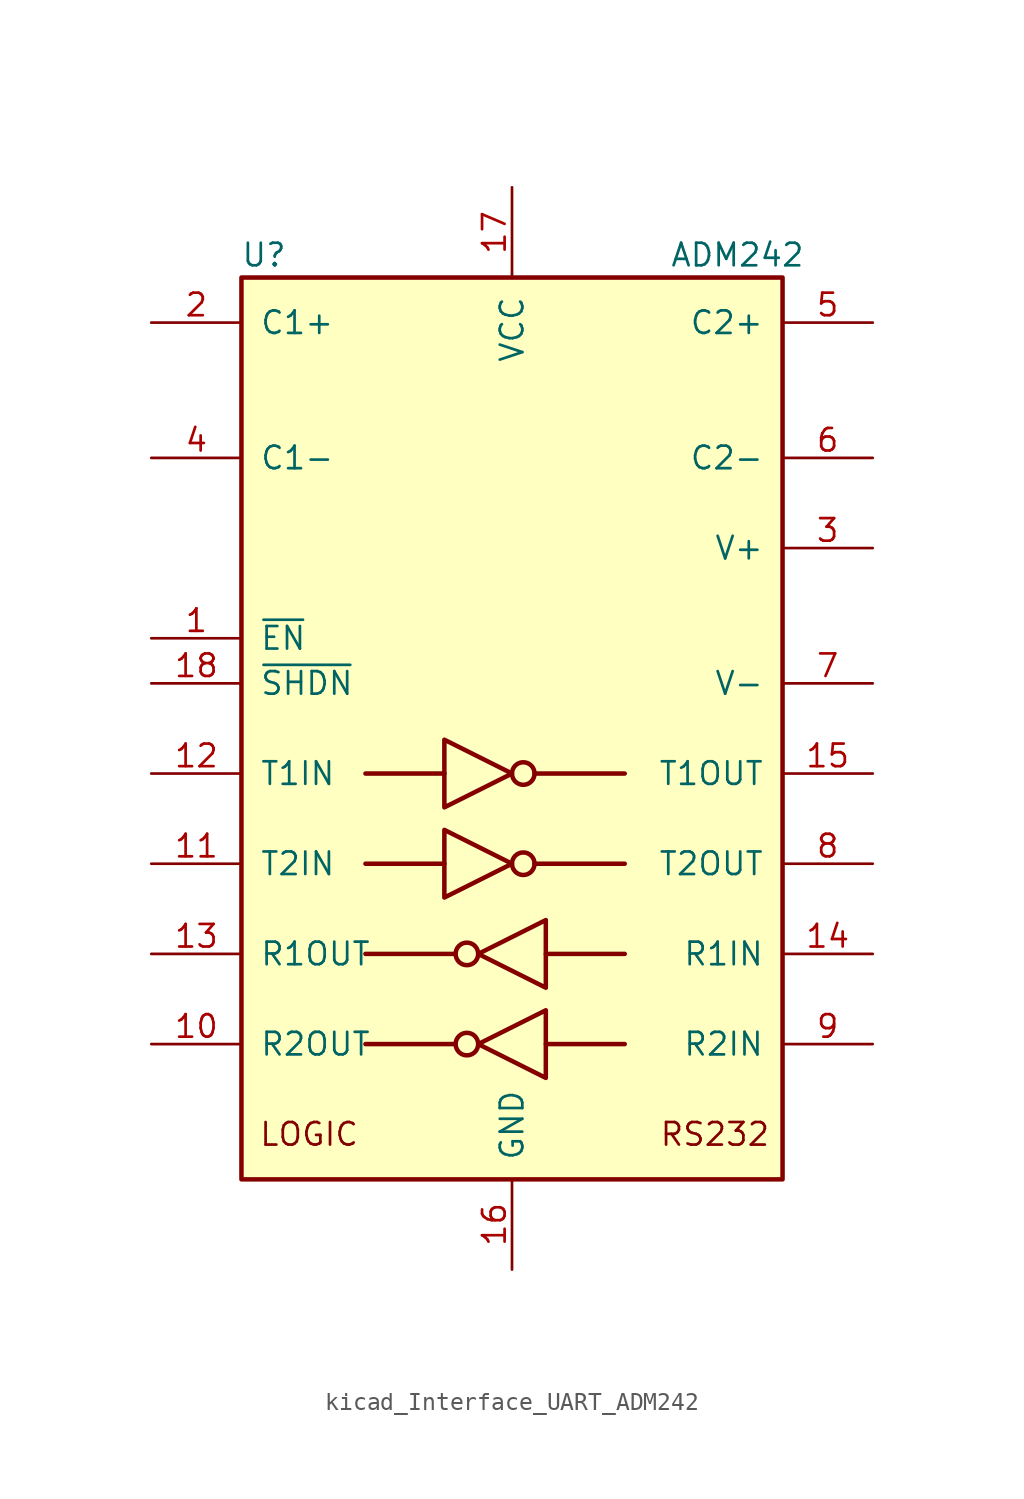
<source format=kicad_sym>
(kicad_symbol_lib
  (version 20220914)
  (generator kicad_symbol_editor)
  (symbol "kicad_Interface_UART_ADM242"
    (pin_names
      (offset 1.016))
    (property "Reference" "U"
      (at -13.97 26.67 0)
      (effects (font (size 1.27 1.27))))
    (property "Value" "ADM242"
      (at 12.7 26.67 0)
      (effects (font (size 1.27 1.27))))
    (symbol "kicad_Interface_UART_ADM242_0_0"
      (text "LOGIC" (at -11.43 -22.86 0) (effects (font (size 1.27 1.27))))
      (text "RS232" (at 11.43 -22.86 0) (effects (font (size 1.27 1.27)))))
    (symbol "kicad_Interface_UART_ADM242_0_1"
      (rectangle (start -15.24 -25.4) (end 15.24 25.4) (stroke (width 0.254) (type default)) (fill (type background)))
      (circle (center -2.54 -17.78) (radius 0.635) (stroke (width 0.254) (type default)) (fill (type none)))
      (circle (center -2.54 -12.7) (radius 0.635) (stroke (width 0.254) (type default)) (fill (type none)))
      (polyline (pts (xy -3.81 -7.62) (xy -8.255 -7.62)) (stroke (width 0.254) (type default)) (fill (type none)))
      (polyline (pts (xy -3.81 -2.54) (xy -8.255 -2.54)) (stroke (width 0.254) (type default)) (fill (type none)))
      (polyline (pts (xy -3.175 -17.78) (xy -8.255 -17.78)) (stroke (width 0.254) (type default)) (fill (type none)))
      (polyline (pts (xy -3.175 -12.7) (xy -8.255 -12.7)) (stroke (width 0.254) (type default)) (fill (type none)))
      (polyline (pts (xy 1.27 -7.62) (xy 6.35 -7.62)) (stroke (width 0.254) (type default)) (fill (type none)))
      (polyline (pts (xy 1.27 -2.54) (xy 6.35 -2.54)) (stroke (width 0.254) (type default)) (fill (type none)))
      (polyline (pts (xy 1.905 -17.78) (xy 6.35 -17.78)) (stroke (width 0.254) (type default)) (fill (type none)))
      (polyline (pts (xy 1.905 -12.7) (xy 6.35 -12.7)) (stroke (width 0.254) (type default)) (fill (type none)))
      (polyline (pts (xy -3.81 -5.715) (xy -3.81 -9.525) (xy 0 -7.62) (xy -3.81 -5.715)) (stroke (width 0.254) (type default)) (fill (type none)))
      (polyline (pts (xy -3.81 -0.635) (xy -3.81 -4.445) (xy 0 -2.54) (xy -3.81 -0.635)) (stroke (width 0.254) (type default)) (fill (type none)))
      (polyline (pts (xy 1.905 -15.875) (xy 1.905 -19.685) (xy -1.905 -17.78) (xy 1.905 -15.875)) (stroke (width 0.254) (type default)) (fill (type none)))
      (polyline (pts (xy 1.905 -10.795) (xy 1.905 -14.605) (xy -1.905 -12.7) (xy 1.905 -10.795)) (stroke (width 0.254) (type default)) (fill (type none)))
      (circle (center 0.635 -7.62) (radius 0.635) (stroke (width 0.254) (type default)) (fill (type none)))
      (circle (center 0.635 -2.54) (radius 0.635) (stroke (width 0.254) (type default)) (fill (type none))))
    (symbol "kicad_Interface_UART_ADM242_1_1"
      (pin input line (at -20.32 5.08 0) (length 5.08) (name "~{EN}" (effects (font (size 1.27 1.27)))) (number "1" (effects (font (size 1.27 1.27)))))
      (pin output line (at -20.32 -17.78 0) (length 5.08) (name "R2OUT" (effects (font (size 1.27 1.27)))) (number "10" (effects (font (size 1.27 1.27)))))
      (pin input line (at -20.32 -7.62 0) (length 5.08) (name "T2IN" (effects (font (size 1.27 1.27)))) (number "11" (effects (font (size 1.27 1.27)))))
      (pin input line (at -20.32 -2.54 0) (length 5.08) (name "T1IN" (effects (font (size 1.27 1.27)))) (number "12" (effects (font (size 1.27 1.27)))))
      (pin output line (at -20.32 -12.7 0) (length 5.08) (name "R1OUT" (effects (font (size 1.27 1.27)))) (number "13" (effects (font (size 1.27 1.27)))))
      (pin input line (at 20.32 -12.7 180) (length 5.08) (name "R1IN" (effects (font (size 1.27 1.27)))) (number "14" (effects (font (size 1.27 1.27)))))
      (pin output line (at 20.32 -2.54 180) (length 5.08) (name "T1OUT" (effects (font (size 1.27 1.27)))) (number "15" (effects (font (size 1.27 1.27)))))
      (pin power_in line (at 0 -30.48 90) (length 5.08) (name "GND" (effects (font (size 1.27 1.27)))) (number "16" (effects (font (size 1.27 1.27)))))
      (pin power_in line (at 0 30.48 270) (length 5.08) (name "VCC" (effects (font (size 1.27 1.27)))) (number "17" (effects (font (size 1.27 1.27)))))
      (pin input line (at -20.32 2.54 0) (length 5.08) (name "~{SHDN}" (effects (font (size 1.27 1.27)))) (number "18" (effects (font (size 1.27 1.27)))))
      (pin passive line (at -20.32 22.86 0) (length 5.08) (name "C1+" (effects (font (size 1.27 1.27)))) (number "2" (effects (font (size 1.27 1.27)))))
      (pin power_out line (at 20.32 10.16 180) (length 5.08) (name "V+" (effects (font (size 1.27 1.27)))) (number "3" (effects (font (size 1.27 1.27)))))
      (pin passive line (at -20.32 15.24 0) (length 5.08) (name "C1-" (effects (font (size 1.27 1.27)))) (number "4" (effects (font (size 1.27 1.27)))))
      (pin passive line (at 20.32 22.86 180) (length 5.08) (name "C2+" (effects (font (size 1.27 1.27)))) (number "5" (effects (font (size 1.27 1.27)))))
      (pin passive line (at 20.32 15.24 180) (length 5.08) (name "C2-" (effects (font (size 1.27 1.27)))) (number "6" (effects (font (size 1.27 1.27)))))
      (pin power_out line (at 20.32 2.54 180) (length 5.08) (name "V-" (effects (font (size 1.27 1.27)))) (number "7" (effects (font (size 1.27 1.27)))))
      (pin output line (at 20.32 -7.62 180) (length 5.08) (name "T2OUT" (effects (font (size 1.27 1.27)))) (number "8" (effects (font (size 1.27 1.27)))))
      (pin input line (at 20.32 -17.78 180) (length 5.08) (name "R2IN" (effects (font (size 1.27 1.27)))) (number "9" (effects (font (size 1.27 1.27))))))))
</source>
